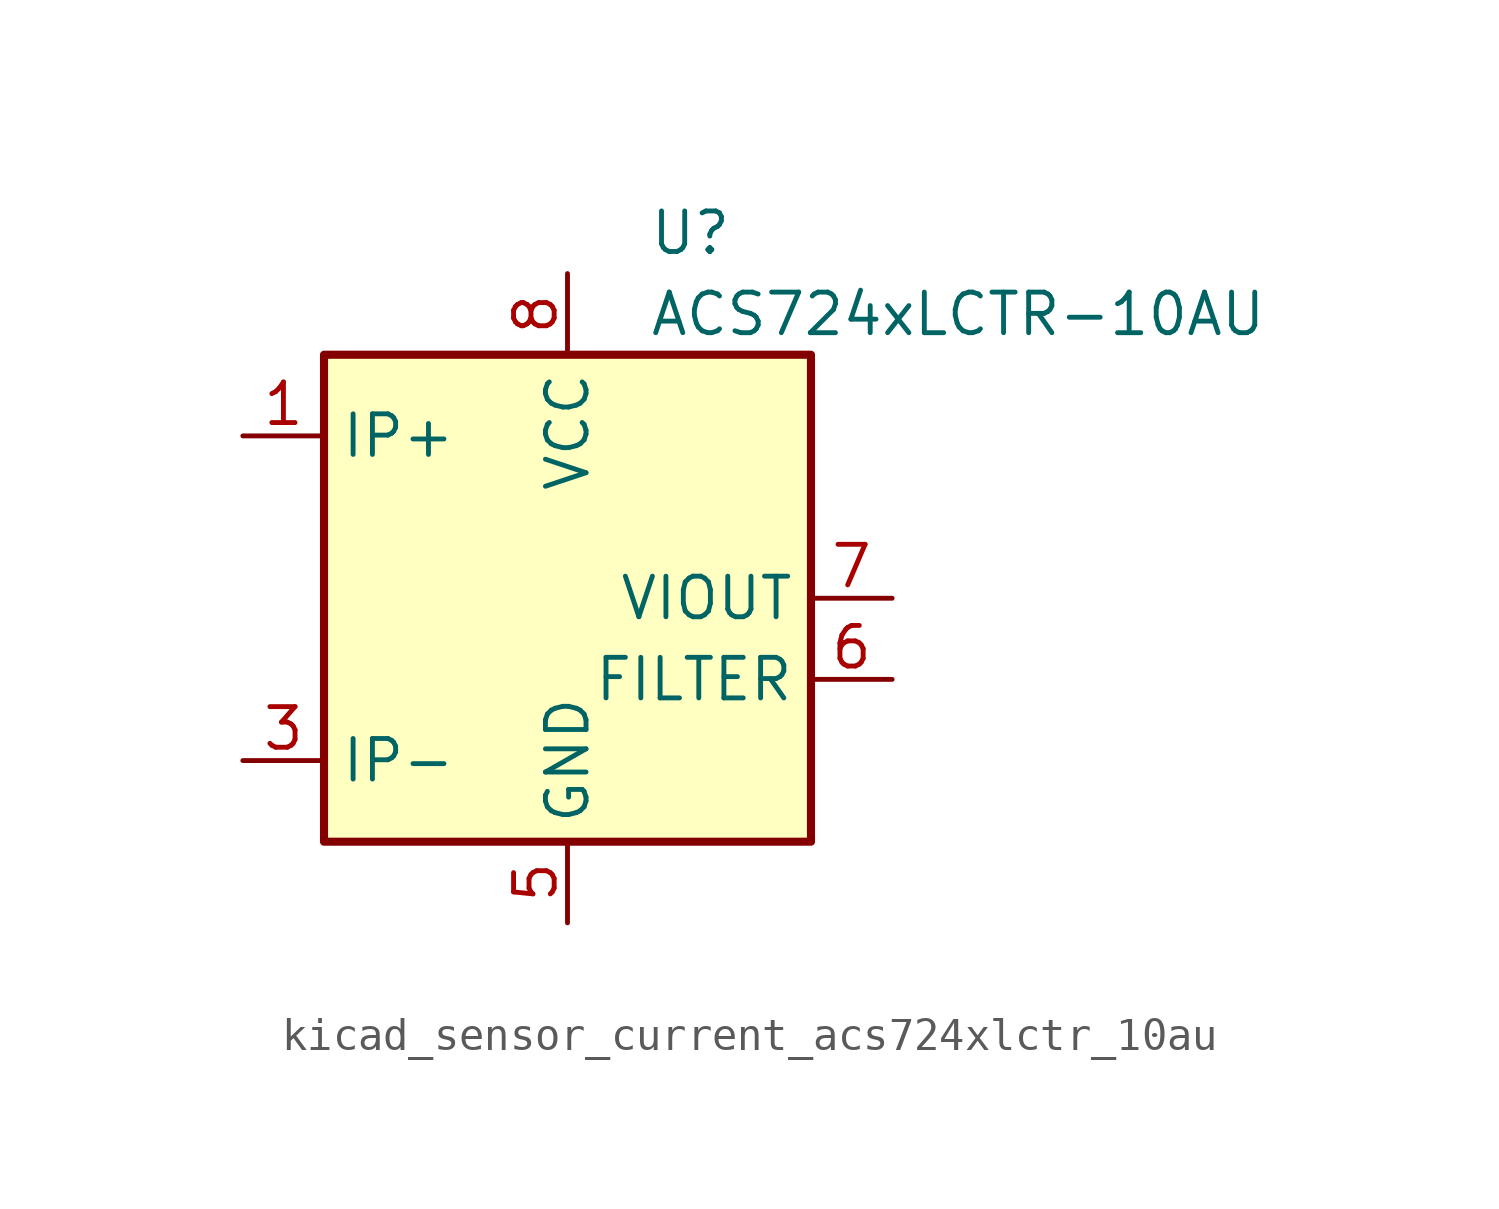
<source format=kicad_sym>
(kicad_symbol_lib
  (version 20220914)
  (generator kicad_symbol_editor)
  (symbol "kicad_sensor_current_acs724xlctr_10au"
    (property "Reference" "U"
      (at 2.54 11.43 0)
      (effects (font (size 1.27 1.27)) (justify left)))
    (property "Value" "ACS724xLCTR-10AU"
      (at 2.54 8.89 0)
      (effects (font (size 1.27 1.27)) (justify left)))
    (symbol "kicad_sensor_current_acs724xlctr_10au_0_1"
      (rectangle (start -7.62 7.62) (end 7.62 -7.62) (stroke (width 0.254) (type default)) (fill (type background))))
    (symbol "kicad_sensor_current_acs724xlctr_10au_1_1"
      (pin passive line (at -10.16 5.08 0) (length 2.54) (name "IP+" (effects (font (size 1.27 1.27)))) (number "1" (effects (font (size 1.27 1.27)))))
      (pin passive line (at -10.16 5.08 0) (length 2.54) hide (name "IP+" (effects (font (size 1.27 1.27)))) (number "2" (effects (font (size 1.27 1.27)))))
      (pin passive line (at -10.16 -5.08 0) (length 2.54) (name "IP-" (effects (font (size 1.27 1.27)))) (number "3" (effects (font (size 1.27 1.27)))))
      (pin passive line (at -10.16 -5.08 0) (length 2.54) hide (name "IP-" (effects (font (size 1.27 1.27)))) (number "4" (effects (font (size 1.27 1.27)))))
      (pin power_in line (at 0 -10.16 90) (length 2.54) (name "GND" (effects (font (size 1.27 1.27)))) (number "5" (effects (font (size 1.27 1.27)))))
      (pin passive line (at 10.16 -2.54 180) (length 2.54) (name "FILTER" (effects (font (size 1.27 1.27)))) (number "6" (effects (font (size 1.27 1.27)))))
      (pin output line (at 10.16 0 180) (length 2.54) (name "VIOUT" (effects (font (size 1.27 1.27)))) (number "7" (effects (font (size 1.27 1.27)))))
      (pin power_in line (at 0 10.16 270) (length 2.54) (name "VCC" (effects (font (size 1.27 1.27)))) (number "8" (effects (font (size 1.27 1.27))))))))
</source>
